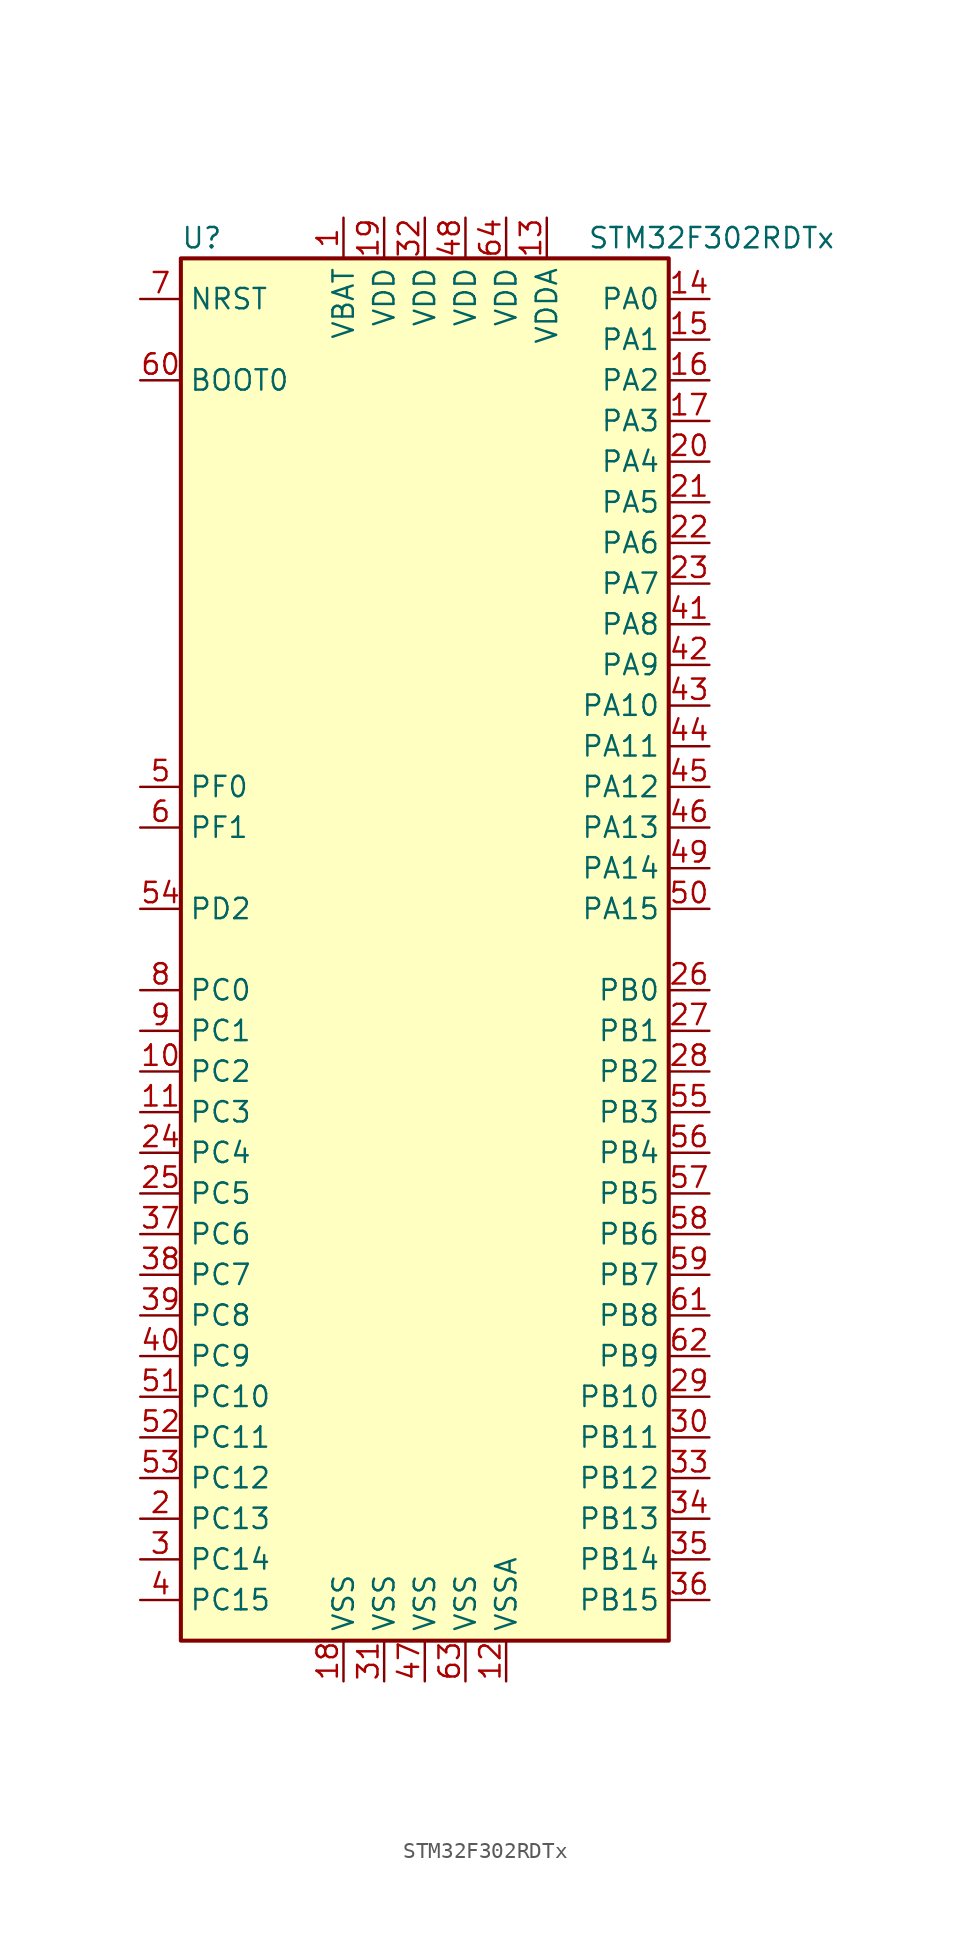
<source format=kicad_sym>
(kicad_symbol_lib
  (version 20201005)
  (generator kicad_symbol_editor)
  (symbol "STM32F302RDTx"
    (property "Reference" "U"
      (at -15.24 44.45 0)
      (effects (font (size 1.27 1.27)) (justify left)))
    (property "Value" "STM32F302RDTx"
      (at 10.16 44.45 0)
      (effects (font (size 1.27 1.27)) (justify left)))
    (symbol "STM32F302RDTx_0_1"
      (rectangle (start -15.24 -43.18) (end 15.24 43.18) (stroke (width 0.254)) (fill (type background))))
    (symbol "STM32F302RDTx_1_1"
      (pin power_in line (at -5.08 45.72 270) (length 2.54) (name "VBAT" (effects (font (size 1.27 1.27)))) (number "1" (effects (font (size 1.27 1.27)))))
      (pin bidirectional line (at -17.78 -7.62 0) (length 2.54) (name "PC2" (effects (font (size 1.27 1.27)))) (number "10" (effects (font (size 1.27 1.27)))))
      (pin bidirectional line (at -17.78 -10.16 0) (length 2.54) (name "PC3" (effects (font (size 1.27 1.27)))) (number "11" (effects (font (size 1.27 1.27)))))
      (pin power_in line (at 5.08 -45.72 90) (length 2.54) (name "VSSA" (effects (font (size 1.27 1.27)))) (number "12" (effects (font (size 1.27 1.27)))))
      (pin power_in line (at 7.62 45.72 270) (length 2.54) (name "VDDA" (effects (font (size 1.27 1.27)))) (number "13" (effects (font (size 1.27 1.27)))))
      (pin bidirectional line (at 17.78 40.64 180) (length 2.54) (name "PA0" (effects (font (size 1.27 1.27)))) (number "14" (effects (font (size 1.27 1.27)))))
      (pin bidirectional line (at 17.78 38.1 180) (length 2.54) (name "PA1" (effects (font (size 1.27 1.27)))) (number "15" (effects (font (size 1.27 1.27)))))
      (pin bidirectional line (at 17.78 35.56 180) (length 2.54) (name "PA2" (effects (font (size 1.27 1.27)))) (number "16" (effects (font (size 1.27 1.27)))))
      (pin bidirectional line (at 17.78 33.02 180) (length 2.54) (name "PA3" (effects (font (size 1.27 1.27)))) (number "17" (effects (font (size 1.27 1.27)))))
      (pin power_in line (at -5.08 -45.72 90) (length 2.54) (name "VSS" (effects (font (size 1.27 1.27)))) (number "18" (effects (font (size 1.27 1.27)))))
      (pin power_in line (at -2.54 45.72 270) (length 2.54) (name "VDD" (effects (font (size 1.27 1.27)))) (number "19" (effects (font (size 1.27 1.27)))))
      (pin bidirectional line (at -17.78 -35.56 0) (length 2.54) (name "PC13" (effects (font (size 1.27 1.27)))) (number "2" (effects (font (size 1.27 1.27)))))
      (pin bidirectional line (at 17.78 30.48 180) (length 2.54) (name "PA4" (effects (font (size 1.27 1.27)))) (number "20" (effects (font (size 1.27 1.27)))))
      (pin bidirectional line (at 17.78 27.94 180) (length 2.54) (name "PA5" (effects (font (size 1.27 1.27)))) (number "21" (effects (font (size 1.27 1.27)))))
      (pin bidirectional line (at 17.78 25.4 180) (length 2.54) (name "PA6" (effects (font (size 1.27 1.27)))) (number "22" (effects (font (size 1.27 1.27)))))
      (pin bidirectional line (at 17.78 22.86 180) (length 2.54) (name "PA7" (effects (font (size 1.27 1.27)))) (number "23" (effects (font (size 1.27 1.27)))))
      (pin bidirectional line (at -17.78 -12.7 0) (length 2.54) (name "PC4" (effects (font (size 1.27 1.27)))) (number "24" (effects (font (size 1.27 1.27)))))
      (pin bidirectional line (at -17.78 -15.24 0) (length 2.54) (name "PC5" (effects (font (size 1.27 1.27)))) (number "25" (effects (font (size 1.27 1.27)))))
      (pin bidirectional line (at 17.78 -2.54 180) (length 2.54) (name "PB0" (effects (font (size 1.27 1.27)))) (number "26" (effects (font (size 1.27 1.27)))))
      (pin bidirectional line (at 17.78 -5.08 180) (length 2.54) (name "PB1" (effects (font (size 1.27 1.27)))) (number "27" (effects (font (size 1.27 1.27)))))
      (pin bidirectional line (at 17.78 -7.62 180) (length 2.54) (name "PB2" (effects (font (size 1.27 1.27)))) (number "28" (effects (font (size 1.27 1.27)))))
      (pin bidirectional line (at 17.78 -27.94 180) (length 2.54) (name "PB10" (effects (font (size 1.27 1.27)))) (number "29" (effects (font (size 1.27 1.27)))))
      (pin bidirectional line (at -17.78 -38.1 0) (length 2.54) (name "PC14" (effects (font (size 1.27 1.27)))) (number "3" (effects (font (size 1.27 1.27)))))
      (pin bidirectional line (at 17.78 -30.48 180) (length 2.54) (name "PB11" (effects (font (size 1.27 1.27)))) (number "30" (effects (font (size 1.27 1.27)))))
      (pin power_in line (at -2.54 -45.72 90) (length 2.54) (name "VSS" (effects (font (size 1.27 1.27)))) (number "31" (effects (font (size 1.27 1.27)))))
      (pin power_in line (at 0 45.72 270) (length 2.54) (name "VDD" (effects (font (size 1.27 1.27)))) (number "32" (effects (font (size 1.27 1.27)))))
      (pin bidirectional line (at 17.78 -33.02 180) (length 2.54) (name "PB12" (effects (font (size 1.27 1.27)))) (number "33" (effects (font (size 1.27 1.27)))))
      (pin bidirectional line (at 17.78 -35.56 180) (length 2.54) (name "PB13" (effects (font (size 1.27 1.27)))) (number "34" (effects (font (size 1.27 1.27)))))
      (pin bidirectional line (at 17.78 -38.1 180) (length 2.54) (name "PB14" (effects (font (size 1.27 1.27)))) (number "35" (effects (font (size 1.27 1.27)))))
      (pin bidirectional line (at 17.78 -40.64 180) (length 2.54) (name "PB15" (effects (font (size 1.27 1.27)))) (number "36" (effects (font (size 1.27 1.27)))))
      (pin bidirectional line (at -17.78 -17.78 0) (length 2.54) (name "PC6" (effects (font (size 1.27 1.27)))) (number "37" (effects (font (size 1.27 1.27)))))
      (pin bidirectional line (at -17.78 -20.32 0) (length 2.54) (name "PC7" (effects (font (size 1.27 1.27)))) (number "38" (effects (font (size 1.27 1.27)))))
      (pin bidirectional line (at -17.78 -22.86 0) (length 2.54) (name "PC8" (effects (font (size 1.27 1.27)))) (number "39" (effects (font (size 1.27 1.27)))))
      (pin bidirectional line (at -17.78 -40.64 0) (length 2.54) (name "PC15" (effects (font (size 1.27 1.27)))) (number "4" (effects (font (size 1.27 1.27)))))
      (pin bidirectional line (at -17.78 -25.4 0) (length 2.54) (name "PC9" (effects (font (size 1.27 1.27)))) (number "40" (effects (font (size 1.27 1.27)))))
      (pin bidirectional line (at 17.78 20.32 180) (length 2.54) (name "PA8" (effects (font (size 1.27 1.27)))) (number "41" (effects (font (size 1.27 1.27)))))
      (pin bidirectional line (at 17.78 17.78 180) (length 2.54) (name "PA9" (effects (font (size 1.27 1.27)))) (number "42" (effects (font (size 1.27 1.27)))))
      (pin bidirectional line (at 17.78 15.24 180) (length 2.54) (name "PA10" (effects (font (size 1.27 1.27)))) (number "43" (effects (font (size 1.27 1.27)))))
      (pin bidirectional line (at 17.78 12.7 180) (length 2.54) (name "PA11" (effects (font (size 1.27 1.27)))) (number "44" (effects (font (size 1.27 1.27)))))
      (pin bidirectional line (at 17.78 10.16 180) (length 2.54) (name "PA12" (effects (font (size 1.27 1.27)))) (number "45" (effects (font (size 1.27 1.27)))))
      (pin bidirectional line (at 17.78 7.62 180) (length 2.54) (name "PA13" (effects (font (size 1.27 1.27)))) (number "46" (effects (font (size 1.27 1.27)))))
      (pin power_in line (at 0 -45.72 90) (length 2.54) (name "VSS" (effects (font (size 1.27 1.27)))) (number "47" (effects (font (size 1.27 1.27)))))
      (pin power_in line (at 2.54 45.72 270) (length 2.54) (name "VDD" (effects (font (size 1.27 1.27)))) (number "48" (effects (font (size 1.27 1.27)))))
      (pin bidirectional line (at 17.78 5.08 180) (length 2.54) (name "PA14" (effects (font (size 1.27 1.27)))) (number "49" (effects (font (size 1.27 1.27)))))
      (pin input line (at -17.78 10.16 0) (length 2.54) (name "PF0" (effects (font (size 1.27 1.27)))) (number "5" (effects (font (size 1.27 1.27)))))
      (pin bidirectional line (at 17.78 2.54 180) (length 2.54) (name "PA15" (effects (font (size 1.27 1.27)))) (number "50" (effects (font (size 1.27 1.27)))))
      (pin bidirectional line (at -17.78 -27.94 0) (length 2.54) (name "PC10" (effects (font (size 1.27 1.27)))) (number "51" (effects (font (size 1.27 1.27)))))
      (pin bidirectional line (at -17.78 -30.48 0) (length 2.54) (name "PC11" (effects (font (size 1.27 1.27)))) (number "52" (effects (font (size 1.27 1.27)))))
      (pin bidirectional line (at -17.78 -33.02 0) (length 2.54) (name "PC12" (effects (font (size 1.27 1.27)))) (number "53" (effects (font (size 1.27 1.27)))))
      (pin bidirectional line (at -17.78 2.54 0) (length 2.54) (name "PD2" (effects (font (size 1.27 1.27)))) (number "54" (effects (font (size 1.27 1.27)))))
      (pin bidirectional line (at 17.78 -10.16 180) (length 2.54) (name "PB3" (effects (font (size 1.27 1.27)))) (number "55" (effects (font (size 1.27 1.27)))))
      (pin bidirectional line (at 17.78 -12.7 180) (length 2.54) (name "PB4" (effects (font (size 1.27 1.27)))) (number "56" (effects (font (size 1.27 1.27)))))
      (pin bidirectional line (at 17.78 -15.24 180) (length 2.54) (name "PB5" (effects (font (size 1.27 1.27)))) (number "57" (effects (font (size 1.27 1.27)))))
      (pin bidirectional line (at 17.78 -17.78 180) (length 2.54) (name "PB6" (effects (font (size 1.27 1.27)))) (number "58" (effects (font (size 1.27 1.27)))))
      (pin bidirectional line (at 17.78 -20.32 180) (length 2.54) (name "PB7" (effects (font (size 1.27 1.27)))) (number "59" (effects (font (size 1.27 1.27)))))
      (pin input line (at -17.78 7.62 0) (length 2.54) (name "PF1" (effects (font (size 1.27 1.27)))) (number "6" (effects (font (size 1.27 1.27)))))
      (pin input line (at -17.78 35.56 0) (length 2.54) (name "BOOT0" (effects (font (size 1.27 1.27)))) (number "60" (effects (font (size 1.27 1.27)))))
      (pin bidirectional line (at 17.78 -22.86 180) (length 2.54) (name "PB8" (effects (font (size 1.27 1.27)))) (number "61" (effects (font (size 1.27 1.27)))))
      (pin bidirectional line (at 17.78 -25.4 180) (length 2.54) (name "PB9" (effects (font (size 1.27 1.27)))) (number "62" (effects (font (size 1.27 1.27)))))
      (pin power_in line (at 2.54 -45.72 90) (length 2.54) (name "VSS" (effects (font (size 1.27 1.27)))) (number "63" (effects (font (size 1.27 1.27)))))
      (pin power_in line (at 5.08 45.72 270) (length 2.54) (name "VDD" (effects (font (size 1.27 1.27)))) (number "64" (effects (font (size 1.27 1.27)))))
      (pin input line (at -17.78 40.64 0) (length 2.54) (name "NRST" (effects (font (size 1.27 1.27)))) (number "7" (effects (font (size 1.27 1.27)))))
      (pin bidirectional line (at -17.78 -2.54 0) (length 2.54) (name "PC0" (effects (font (size 1.27 1.27)))) (number "8" (effects (font (size 1.27 1.27)))))
      (pin bidirectional line (at -17.78 -5.08 0) (length 2.54) (name "PC1" (effects (font (size 1.27 1.27)))) (number "9" (effects (font (size 1.27 1.27))))))))
</source>
